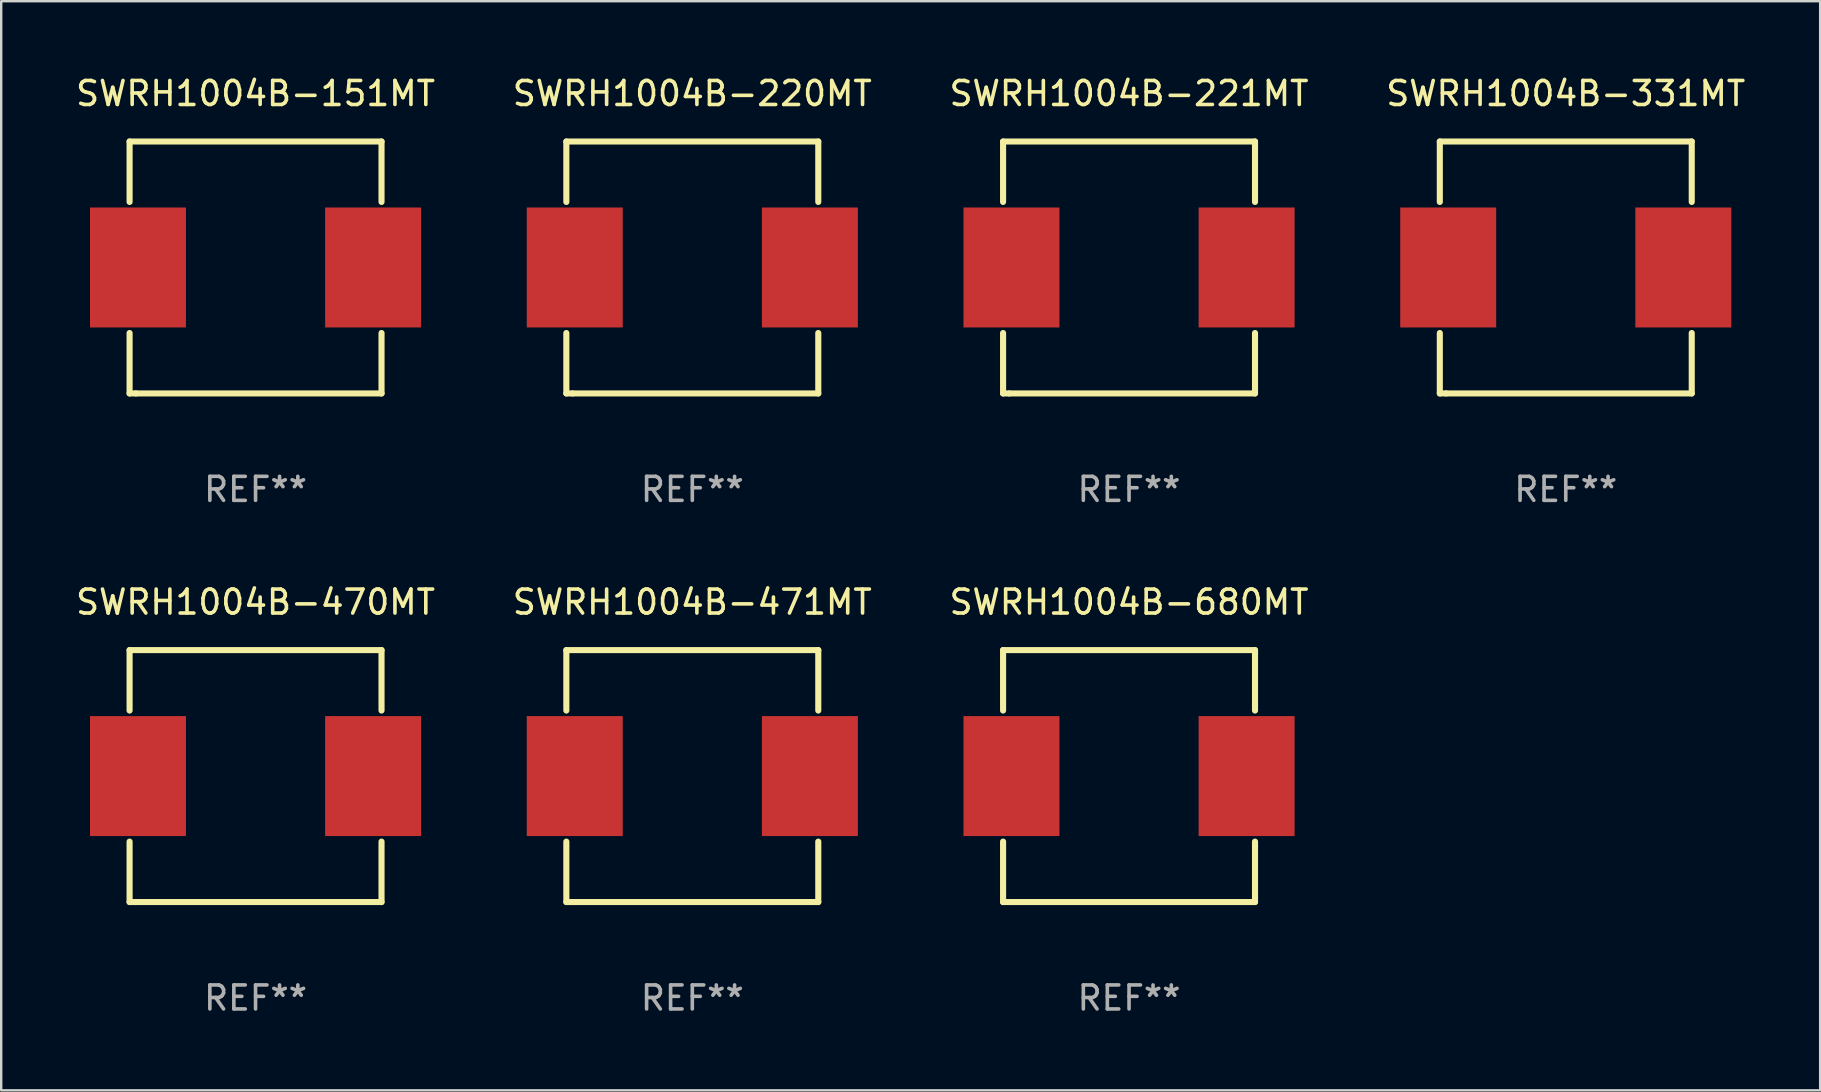
<source format=kicad_pcb>
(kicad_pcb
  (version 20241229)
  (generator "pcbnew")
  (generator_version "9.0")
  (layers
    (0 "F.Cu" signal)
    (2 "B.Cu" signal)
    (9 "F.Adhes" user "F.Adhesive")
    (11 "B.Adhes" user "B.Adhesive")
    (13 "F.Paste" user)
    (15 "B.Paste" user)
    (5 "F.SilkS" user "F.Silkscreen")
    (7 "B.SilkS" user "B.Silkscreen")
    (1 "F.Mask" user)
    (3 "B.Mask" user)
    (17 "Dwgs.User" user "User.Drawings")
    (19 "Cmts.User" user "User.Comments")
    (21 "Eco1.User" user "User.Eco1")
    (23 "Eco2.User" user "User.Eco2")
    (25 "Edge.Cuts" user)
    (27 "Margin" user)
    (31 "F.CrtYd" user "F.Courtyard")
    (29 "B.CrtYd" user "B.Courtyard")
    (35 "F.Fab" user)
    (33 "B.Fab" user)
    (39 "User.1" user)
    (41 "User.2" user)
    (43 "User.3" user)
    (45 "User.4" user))
  (footprint "SWRH1004B-331MT"
    (layer "F.Cu")
    (at 62.208 8.098)
    (property "Reference" "SWRH1004B-331MT" (at 0 -7.25 0) (layer "F.SilkS") (effects (font (size 1 1) (thickness 0.15))))
    (attr through_hole)
    (fp_line (start -5.25 -5.25) (end -5.25 -2.731) (stroke (width 0.254) (type solid)) (layer "F.SilkS"))
    (fp_line (start -5.25 -5.25) (end 5.25 -5.25) (stroke (width 0.254) (type solid)) (layer "F.SilkS"))
    (fp_line (start -5.25 2.731) (end -5.25 5.25) (stroke (width 0.254) (type solid)) (layer "F.SilkS"))
    (fp_line (start -4.989 5.25) (end -5.25 5.25) (stroke (width 0.254) (type solid)) (layer "F.SilkS"))
    (fp_line (start 5.25 -5.25) (end 5.25 -2.731) (stroke (width 0.254) (type solid)) (layer "F.SilkS"))
    (fp_line (start 5.25 2.731) (end 5.25 5.25) (stroke (width 0.254) (type solid)) (layer "F.SilkS"))
    (fp_line (start 5.25 5.25) (end -4.989 5.25) (stroke (width 0.254) (type solid)) (layer "F.SilkS"))
    (fp_circle (center -5.25 5.25) (end -5.22 5.25) (stroke (width 0.06) (type solid)) (fill no) (layer "F.SilkS"))
    (fp_text user "REF**" (at 0 9.25 0) (layer "F.Fab") (effects (font (size 1 1) (thickness 0.15))))
    (pad "1" smd rect (at -4.9 -0.000013) (size 4 5) (layers "F.Cu" "F.Mask" "F.Paste"))
    (pad "2" smd rect (at 4.9 -0.000013) (size 4 5) (layers "F.Cu" "F.Mask" "F.Paste")))
  (footprint "SWRH1004B-221MT"
    (layer "F.Cu")
    (at 44.006 8.098)
    (property "Reference" "SWRH1004B-221MT" (at 0 -7.25 0) (layer "F.SilkS") (effects (font (size 1 1) (thickness 0.15))))
    (attr through_hole)
    (fp_line (start -5.25 -5.25) (end -5.25 -2.731) (stroke (width 0.254) (type solid)) (layer "F.SilkS"))
    (fp_line (start -5.25 -5.25) (end 5.25 -5.25) (stroke (width 0.254) (type solid)) (layer "F.SilkS"))
    (fp_line (start -5.25 2.731) (end -5.25 5.25) (stroke (width 0.254) (type solid)) (layer "F.SilkS"))
    (fp_line (start -4.989 5.25) (end -5.25 5.25) (stroke (width 0.254) (type solid)) (layer "F.SilkS"))
    (fp_line (start 5.25 -5.25) (end 5.25 -2.731) (stroke (width 0.254) (type solid)) (layer "F.SilkS"))
    (fp_line (start 5.25 2.731) (end 5.25 5.25) (stroke (width 0.254) (type solid)) (layer "F.SilkS"))
    (fp_line (start 5.25 5.25) (end -4.989 5.25) (stroke (width 0.254) (type solid)) (layer "F.SilkS"))
    (fp_circle (center -5.25 5.25) (end -5.22 5.25) (stroke (width 0.06) (type solid)) (fill no) (layer "F.SilkS"))
    (fp_text user "REF**" (at 0 9.25 0) (layer "F.Fab") (effects (font (size 1 1) (thickness 0.15))))
    (pad "1" smd rect (at -4.9 -0.000013) (size 4 5) (layers "F.Cu" "F.Mask" "F.Paste"))
    (pad "2" smd rect (at 4.9 -0.000013) (size 4 5) (layers "F.Cu" "F.Mask" "F.Paste")))
  (footprint "SWRH1004B-220MT"
    (layer "F.Cu")
    (at 25.804 8.098)
    (property "Reference" "SWRH1004B-220MT" (at 0 -7.25 0) (layer "F.SilkS") (effects (font (size 1 1) (thickness 0.15))))
    (attr through_hole)
    (fp_line (start -5.25 -5.25) (end -5.25 -2.731) (stroke (width 0.254) (type solid)) (layer "F.SilkS"))
    (fp_line (start -5.25 -5.25) (end 5.25 -5.25) (stroke (width 0.254) (type solid)) (layer "F.SilkS"))
    (fp_line (start -5.25 2.731) (end -5.25 5.25) (stroke (width 0.254) (type solid)) (layer "F.SilkS"))
    (fp_line (start -4.989 5.25) (end -5.25 5.25) (stroke (width 0.254) (type solid)) (layer "F.SilkS"))
    (fp_line (start 5.25 -5.25) (end 5.25 -2.731) (stroke (width 0.254) (type solid)) (layer "F.SilkS"))
    (fp_line (start 5.25 2.731) (end 5.25 5.25) (stroke (width 0.254) (type solid)) (layer "F.SilkS"))
    (fp_line (start 5.25 5.25) (end -4.989 5.25) (stroke (width 0.254) (type solid)) (layer "F.SilkS"))
    (fp_circle (center -5.25 5.25) (end -5.22 5.25) (stroke (width 0.06) (type solid)) (fill no) (layer "F.SilkS"))
    (fp_text user "REF**" (at 0 9.25 0) (layer "F.Fab") (effects (font (size 1 1) (thickness 0.15))))
    (pad "1" smd rect (at -4.9 -0.000013) (size 4 5) (layers "F.Cu" "F.Mask" "F.Paste"))
    (pad "2" smd rect (at 4.9 -0.000013) (size 4 5) (layers "F.Cu" "F.Mask" "F.Paste")))
  (footprint "SWRH1004B-470MT"
    (layer "F.Cu")
    (at 7.601 29.295)
    (property "Reference" "SWRH1004B-470MT" (at 0 -7.25 0) (layer "F.SilkS") (effects (font (size 1 1) (thickness 0.15))))
    (attr through_hole)
    (fp_line (start -5.25 -5.25) (end -5.25 -2.731) (stroke (width 0.254) (type solid)) (layer "F.SilkS"))
    (fp_line (start -5.25 -5.25) (end 5.25 -5.25) (stroke (width 0.254) (type solid)) (layer "F.SilkS"))
    (fp_line (start -5.25 2.731) (end -5.25 5.25) (stroke (width 0.254) (type solid)) (layer "F.SilkS"))
    (fp_line (start -4.989 5.25) (end -5.25 5.25) (stroke (width 0.254) (type solid)) (layer "F.SilkS"))
    (fp_line (start 5.25 -5.25) (end 5.25 -2.731) (stroke (width 0.254) (type solid)) (layer "F.SilkS"))
    (fp_line (start 5.25 2.731) (end 5.25 5.25) (stroke (width 0.254) (type solid)) (layer "F.SilkS"))
    (fp_line (start 5.25 5.25) (end -4.989 5.25) (stroke (width 0.254) (type solid)) (layer "F.SilkS"))
    (fp_circle (center -5.25 5.25) (end -5.22 5.25) (stroke (width 0.06) (type solid)) (fill no) (layer "F.SilkS"))
    (fp_text user "REF**" (at 0 9.25 0) (layer "F.Fab") (effects (font (size 1 1) (thickness 0.15))))
    (pad "1" smd rect (at -4.9 -0.000013) (size 4 5) (layers "F.Cu" "F.Mask" "F.Paste"))
    (pad "2" smd rect (at 4.9 -0.000013) (size 4 5) (layers "F.Cu" "F.Mask" "F.Paste")))
  (footprint "SWRH1004B-151MT"
    (layer "F.Cu")
    (at 7.601 8.098)
    (property "Reference" "SWRH1004B-151MT" (at 0 -7.25 0) (layer "F.SilkS") (effects (font (size 1 1) (thickness 0.15))))
    (attr through_hole)
    (fp_line (start -5.25 -5.25) (end -5.25 -2.731) (stroke (width 0.254) (type solid)) (layer "F.SilkS"))
    (fp_line (start -5.25 -5.25) (end 5.25 -5.25) (stroke (width 0.254) (type solid)) (layer "F.SilkS"))
    (fp_line (start -5.25 2.731) (end -5.25 5.25) (stroke (width 0.254) (type solid)) (layer "F.SilkS"))
    (fp_line (start -4.989 5.25) (end -5.25 5.25) (stroke (width 0.254) (type solid)) (layer "F.SilkS"))
    (fp_line (start 5.25 -5.25) (end 5.25 -2.731) (stroke (width 0.254) (type solid)) (layer "F.SilkS"))
    (fp_line (start 5.25 2.731) (end 5.25 5.25) (stroke (width 0.254) (type solid)) (layer "F.SilkS"))
    (fp_line (start 5.25 5.25) (end -4.989 5.25) (stroke (width 0.254) (type solid)) (layer "F.SilkS"))
    (fp_circle (center -5.25 5.25) (end -5.22 5.25) (stroke (width 0.06) (type solid)) (fill no) (layer "F.SilkS"))
    (fp_text user "REF**" (at 0 9.25 0) (layer "F.Fab") (effects (font (size 1 1) (thickness 0.15))))
    (pad "1" smd rect (at -4.9 -0.000013) (size 4 5) (layers "F.Cu" "F.Mask" "F.Paste"))
    (pad "2" smd rect (at 4.9 -0.000013) (size 4 5) (layers "F.Cu" "F.Mask" "F.Paste")))
  (footprint "SWRH1004B-680MT"
    (layer "F.Cu")
    (at 44.006 29.295)
    (property "Reference" "SWRH1004B-680MT" (at 0 -7.25 0) (layer "F.SilkS") (effects (font (size 1 1) (thickness 0.15))))
    (attr through_hole)
    (fp_line (start -5.25 -5.25) (end -5.25 -2.731) (stroke (width 0.254) (type solid)) (layer "F.SilkS"))
    (fp_line (start -5.25 -5.25) (end 5.25 -5.25) (stroke (width 0.254) (type solid)) (layer "F.SilkS"))
    (fp_line (start -5.25 2.731) (end -5.25 5.25) (stroke (width 0.254) (type solid)) (layer "F.SilkS"))
    (fp_line (start -4.989 5.25) (end -5.25 5.25) (stroke (width 0.254) (type solid)) (layer "F.SilkS"))
    (fp_line (start 5.25 -5.25) (end 5.25 -2.731) (stroke (width 0.254) (type solid)) (layer "F.SilkS"))
    (fp_line (start 5.25 2.731) (end 5.25 5.25) (stroke (width 0.254) (type solid)) (layer "F.SilkS"))
    (fp_line (start 5.25 5.25) (end -4.989 5.25) (stroke (width 0.254) (type solid)) (layer "F.SilkS"))
    (fp_circle (center -5.25 5.25) (end -5.22 5.25) (stroke (width 0.06) (type solid)) (fill no) (layer "F.SilkS"))
    (fp_text user "REF**" (at 0 9.25 0) (layer "F.Fab") (effects (font (size 1 1) (thickness 0.15))))
    (pad "1" smd rect (at -4.9 -0.000013) (size 4 5) (layers "F.Cu" "F.Mask" "F.Paste"))
    (pad "2" smd rect (at 4.9 -0.000013) (size 4 5) (layers "F.Cu" "F.Mask" "F.Paste")))
  (footprint "SWRH1004B-471MT"
    (layer "F.Cu")
    (at 25.804 29.295)
    (property "Reference" "SWRH1004B-471MT" (at 0 -7.25 0) (layer "F.SilkS") (effects (font (size 1 1) (thickness 0.15))))
    (attr through_hole)
    (fp_line (start -5.25 -5.25) (end -5.25 -2.731) (stroke (width 0.254) (type solid)) (layer "F.SilkS"))
    (fp_line (start -5.25 -5.25) (end 5.25 -5.25) (stroke (width 0.254) (type solid)) (layer "F.SilkS"))
    (fp_line (start -5.25 2.731) (end -5.25 5.25) (stroke (width 0.254) (type solid)) (layer "F.SilkS"))
    (fp_line (start -4.989 5.25) (end -5.25 5.25) (stroke (width 0.254) (type solid)) (layer "F.SilkS"))
    (fp_line (start 5.25 -5.25) (end 5.25 -2.731) (stroke (width 0.254) (type solid)) (layer "F.SilkS"))
    (fp_line (start 5.25 2.731) (end 5.25 5.25) (stroke (width 0.254) (type solid)) (layer "F.SilkS"))
    (fp_line (start 5.25 5.25) (end -4.989 5.25) (stroke (width 0.254) (type solid)) (layer "F.SilkS"))
    (fp_circle (center -5.25 5.25) (end -5.22 5.25) (stroke (width 0.06) (type solid)) (fill no) (layer "F.SilkS"))
    (fp_text user "REF**" (at 0 9.25 0) (layer "F.Fab") (effects (font (size 1 1) (thickness 0.15))))
    (pad "1" smd rect (at -4.9 -0.000013) (size 4 5) (layers "F.Cu" "F.Mask" "F.Paste"))
    (pad "2" smd rect (at 4.9 -0.000013) (size 4 5) (layers "F.Cu" "F.Mask" "F.Paste")))
  (gr_rect
    (start -3 -3)
    (end 72.81 42.393)
    (stroke (width 0.1) (type default))
    (fill no)
    (layer "Edge.Cuts")))
</source>
